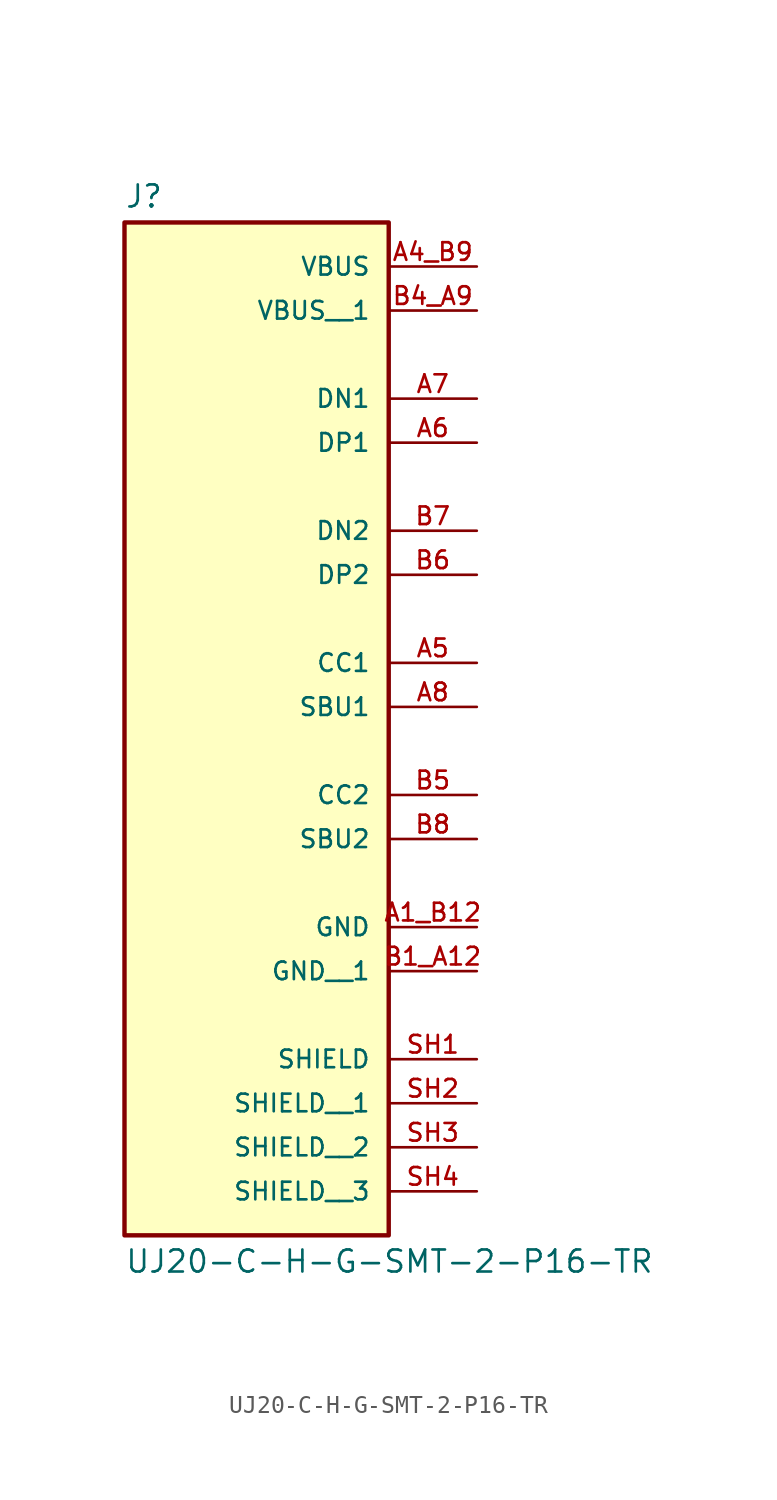
<source format=kicad_sym>
(kicad_symbol_lib
  (version 20211014)
  (generator kicad_symbol_editor)
  (symbol "UJ20-C-H-G-SMT-2-P16-TR"
    (pin_names
      (offset 1.016))
    (property "Reference" "J"
      (at -7.62 23.622 0)
      (effects (font (size 1.27 1.27)) (justify bottom left)))
    (property "Value" "UJ20-C-H-G-SMT-2-P16-TR"
      (at -7.62 -36.322 0)
      (effects (font (size 1.27 1.27)) (justify top left)))
    (symbol "UJ20-C-H-G-SMT-2-P16-TR_0_0"
      (rectangle (start -7.62 -35.56) (end 7.62 22.86) (stroke (width 0.254)) (fill (type background)))
      (pin power_in line (at 12.7 20.32 180.0) (length 5.08) (name "VBUS" (effects (font (size 1.016 1.016)))) (number "A4_B9" (effects (font (size 1.016 1.016)))))
      (pin passive line (at 12.7 -25.4 180.0) (length 5.08) (name "SHIELD" (effects (font (size 1.016 1.016)))) (number "SH1" (effects (font (size 1.016 1.016)))))
      (pin passive line (at 12.7 12.7 180.0) (length 5.08) (name "DN1" (effects (font (size 1.016 1.016)))) (number "A7" (effects (font (size 1.016 1.016)))))
      (pin passive line (at 12.7 10.16 180.0) (length 5.08) (name "DP1" (effects (font (size 1.016 1.016)))) (number "A6" (effects (font (size 1.016 1.016)))))
      (pin passive line (at 12.7 5.08 180.0) (length 5.08) (name "DN2" (effects (font (size 1.016 1.016)))) (number "B7" (effects (font (size 1.016 1.016)))))
      (pin passive line (at 12.7 2.54 180.0) (length 5.08) (name "DP2" (effects (font (size 1.016 1.016)))) (number "B6" (effects (font (size 1.016 1.016)))))
      (pin power_in line (at 12.7 -17.78 180.0) (length 5.08) (name "GND" (effects (font (size 1.016 1.016)))) (number "A1_B12" (effects (font (size 1.016 1.016)))))
      (pin passive line (at 12.7 -2.54 180.0) (length 5.08) (name "CC1" (effects (font (size 1.016 1.016)))) (number "A5" (effects (font (size 1.016 1.016)))))
      (pin passive line (at 12.7 -5.08 180.0) (length 5.08) (name "SBU1" (effects (font (size 1.016 1.016)))) (number "A8" (effects (font (size 1.016 1.016)))))
      (pin passive line (at 12.7 -10.16 180.0) (length 5.08) (name "CC2" (effects (font (size 1.016 1.016)))) (number "B5" (effects (font (size 1.016 1.016)))))
      (pin passive line (at 12.7 -12.7 180.0) (length 5.08) (name "SBU2" (effects (font (size 1.016 1.016)))) (number "B8" (effects (font (size 1.016 1.016)))))
      (pin power_in line (at 12.7 17.78 180.0) (length 5.08) (name "VBUS__1" (effects (font (size 1.016 1.016)))) (number "B4_A9" (effects (font (size 1.016 1.016)))))
      (pin power_in line (at 12.7 -20.32 180.0) (length 5.08) (name "GND__1" (effects (font (size 1.016 1.016)))) (number "B1_A12" (effects (font (size 1.016 1.016)))))
      (pin passive line (at 12.7 -27.94 180.0) (length 5.08) (name "SHIELD__1" (effects (font (size 1.016 1.016)))) (number "SH2" (effects (font (size 1.016 1.016)))))
      (pin passive line (at 12.7 -30.48 180.0) (length 5.08) (name "SHIELD__2" (effects (font (size 1.016 1.016)))) (number "SH3" (effects (font (size 1.016 1.016)))))
      (pin passive line (at 12.7 -33.02 180.0) (length 5.08) (name "SHIELD__3" (effects (font (size 1.016 1.016)))) (number "SH4" (effects (font (size 1.016 1.016))))))))
</source>
